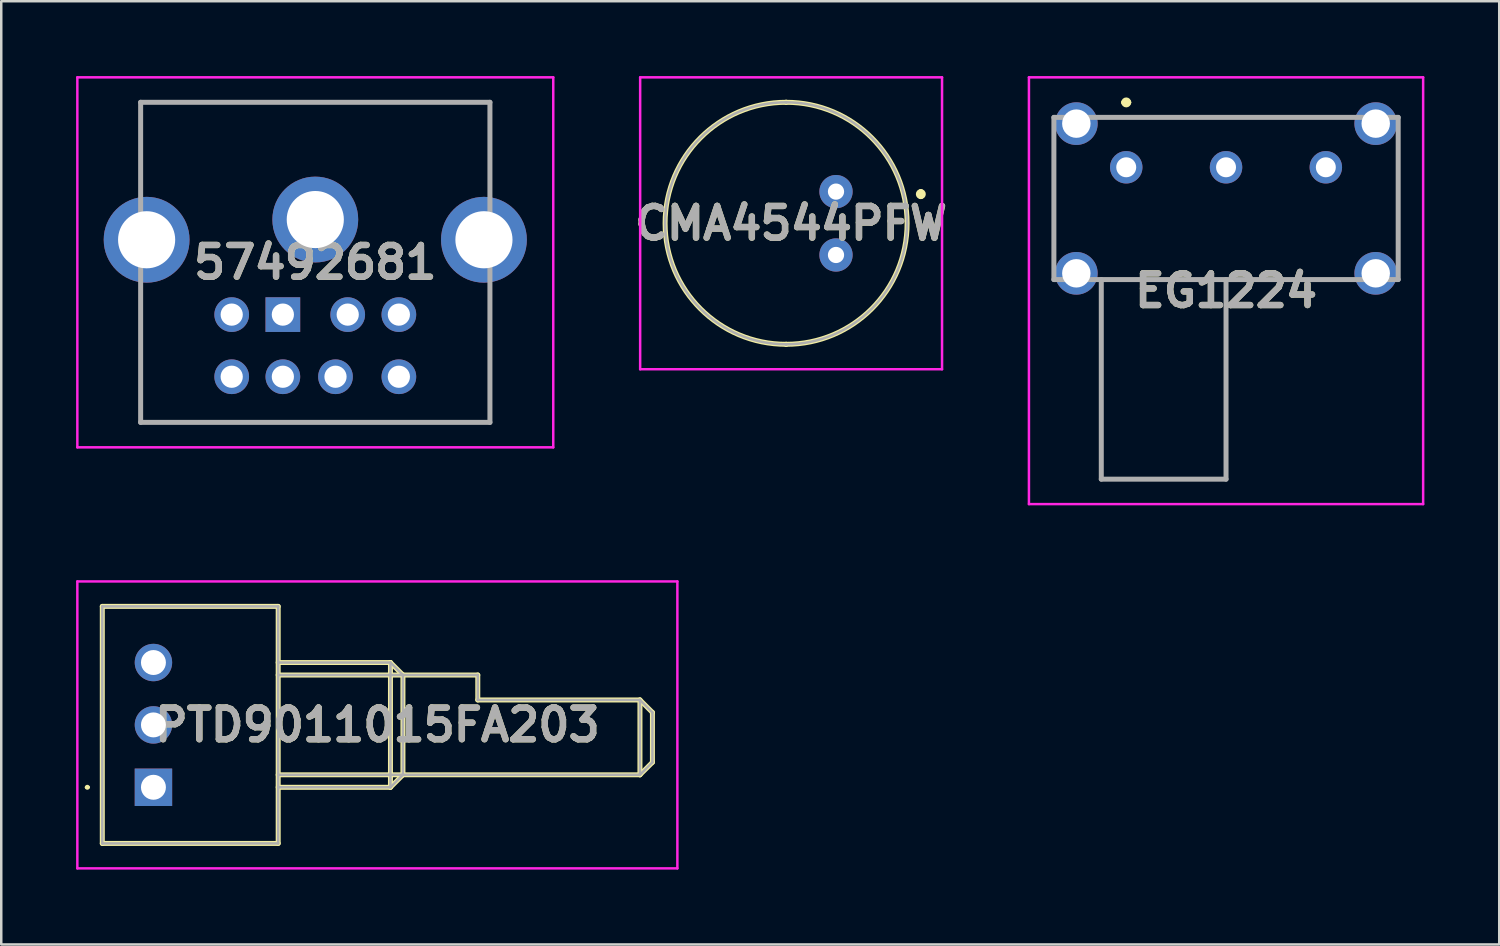
<source format=kicad_pcb>
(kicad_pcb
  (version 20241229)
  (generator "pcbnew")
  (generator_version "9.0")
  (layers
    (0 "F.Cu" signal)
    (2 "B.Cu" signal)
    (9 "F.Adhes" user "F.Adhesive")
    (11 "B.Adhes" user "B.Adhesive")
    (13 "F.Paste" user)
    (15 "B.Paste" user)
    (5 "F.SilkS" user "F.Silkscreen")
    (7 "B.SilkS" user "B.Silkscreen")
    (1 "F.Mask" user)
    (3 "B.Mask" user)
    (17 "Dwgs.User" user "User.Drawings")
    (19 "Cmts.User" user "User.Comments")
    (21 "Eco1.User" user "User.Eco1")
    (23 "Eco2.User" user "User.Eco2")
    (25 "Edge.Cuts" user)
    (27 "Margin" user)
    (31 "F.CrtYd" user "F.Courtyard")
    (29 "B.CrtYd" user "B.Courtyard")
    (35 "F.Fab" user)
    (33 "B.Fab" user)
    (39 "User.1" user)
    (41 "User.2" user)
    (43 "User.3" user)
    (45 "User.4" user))
  (footprint "PTD9011015FA203"
    (layer "F.Cu")
    (at 3.1 28.505)
    (property "Reference" "PTD9011015FA203" (at 8.975 -2.5 0) (layer "F.SilkS") (effects (font (size 1.27 1.27) (thickness 0.254))))
    (attr through_hole)
    (fp_line (start -2.7 0) (end -2.7 0) (stroke (width 0.1) (type solid)) (layer "F.SilkS"))
    (fp_line (start -2.6 0) (end -2.6 0) (stroke (width 0.1) (type solid)) (layer "F.SilkS"))
    (fp_line (start -2.05 -7.25) (end 5 -7.25) (stroke (width 0.2) (type solid)) (layer "F.SilkS"))
    (fp_line (start -2.05 2.25) (end -2.05 -7.25) (stroke (width 0.2) (type solid)) (layer "F.SilkS"))
    (fp_line (start 5 -7.25) (end 5 2.25) (stroke (width 0.2) (type solid)) (layer "F.SilkS"))
    (fp_line (start 5 -5) (end 9.5 -5) (stroke (width 0.2) (type solid)) (layer "F.SilkS"))
    (fp_line (start 5 -4.5) (end 13 -4.5) (stroke (width 0.2) (type solid)) (layer "F.SilkS"))
    (fp_line (start 5 2.25) (end -2.05 2.25) (stroke (width 0.2) (type solid)) (layer "F.SilkS"))
    (fp_line (start 9.5 -5) (end 9.5 0) (stroke (width 0.2) (type solid)) (layer "F.SilkS"))
    (fp_line (start 9.5 -5) (end 10 -4.5) (stroke (width 0.2) (type solid)) (layer "F.SilkS"))
    (fp_line (start 9.5 0) (end 5 0) (stroke (width 0.2) (type solid)) (layer "F.SilkS"))
    (fp_line (start 10 -4.5) (end 10 -0.5) (stroke (width 0.2) (type solid)) (layer "F.SilkS"))
    (fp_line (start 10 -0.5) (end 9.5 0) (stroke (width 0.2) (type solid)) (layer "F.SilkS"))
    (fp_line (start 13 -4.5) (end 13 -3.5) (stroke (width 0.2) (type solid)) (layer "F.SilkS"))
    (fp_line (start 13 -3.5) (end 19.5 -3.5) (stroke (width 0.2) (type solid)) (layer "F.SilkS"))
    (fp_line (start 19.5 -3.5) (end 19.5 -0.5) (stroke (width 0.2) (type solid)) (layer "F.SilkS"))
    (fp_line (start 19.5 -3.5) (end 20 -3) (stroke (width 0.2) (type solid)) (layer "F.SilkS"))
    (fp_line (start 19.5 -0.5) (end 5 -0.5) (stroke (width 0.2) (type solid)) (layer "F.SilkS"))
    (fp_line (start 20 -3) (end 20 -1) (stroke (width 0.2) (type solid)) (layer "F.SilkS"))
    (fp_line (start 20 -1) (end 19.5 -0.5) (stroke (width 0.2) (type solid)) (layer "F.SilkS"))
    (fp_arc (start -2.7 0) (mid -2.65 -0.05) (end -2.6 0) (stroke (width 0.1) (type solid)) (layer "F.SilkS"))
    (fp_arc (start -2.6 0) (mid -2.65 0.05) (end -2.7 0) (stroke (width 0.1) (type solid)) (layer "F.SilkS"))
    (fp_line (start -3.05 -8.25) (end 21 -8.25) (stroke (width 0.1) (type solid)) (layer "F.CrtYd"))
    (fp_line (start -3.05 3.25) (end -3.05 -8.25) (stroke (width 0.1) (type solid)) (layer "F.CrtYd"))
    (fp_line (start 21 -8.25) (end 21 3.25) (stroke (width 0.1) (type solid)) (layer "F.CrtYd"))
    (fp_line (start 21 3.25) (end -3.05 3.25) (stroke (width 0.1) (type solid)) (layer "F.CrtYd"))
    (fp_line (start -2.05 -7.25) (end 5 -7.25) (stroke (width 0.1) (type solid)) (layer "F.Fab"))
    (fp_line (start -2.05 2.25) (end -2.05 -7.25) (stroke (width 0.1) (type solid)) (layer "F.Fab"))
    (fp_line (start 5 -7.25) (end 5 2.25) (stroke (width 0.1) (type solid)) (layer "F.Fab"))
    (fp_line (start 5 -5) (end 9.5 -5) (stroke (width 0.1) (type solid)) (layer "F.Fab"))
    (fp_line (start 5 -4.5) (end 13 -4.5) (stroke (width 0.1) (type solid)) (layer "F.Fab"))
    (fp_line (start 5 2.25) (end -2.05 2.25) (stroke (width 0.1) (type solid)) (layer "F.Fab"))
    (fp_line (start 9.5 -5) (end 9.5 0) (stroke (width 0.1) (type solid)) (layer "F.Fab"))
    (fp_line (start 9.5 -5) (end 10 -4.5) (stroke (width 0.1) (type solid)) (layer "F.Fab"))
    (fp_line (start 9.5 0) (end 5 0) (stroke (width 0.1) (type solid)) (layer "F.Fab"))
    (fp_line (start 10 -4.5) (end 10 -0.5) (stroke (width 0.1) (type solid)) (layer "F.Fab"))
    (fp_line (start 10 -0.5) (end 9.5 0) (stroke (width 0.1) (type solid)) (layer "F.Fab"))
    (fp_line (start 13 -4.5) (end 13 -3.5) (stroke (width 0.1) (type solid)) (layer "F.Fab"))
    (fp_line (start 13 -3.5) (end 19.5 -3.5) (stroke (width 0.1) (type solid)) (layer "F.Fab"))
    (fp_line (start 19.5 -3.5) (end 19.5 -0.5) (stroke (width 0.1) (type solid)) (layer "F.Fab"))
    (fp_line (start 19.5 -3.5) (end 20 -3) (stroke (width 0.1) (type solid)) (layer "F.Fab"))
    (fp_line (start 19.5 -0.5) (end 5 -0.5) (stroke (width 0.1) (type solid)) (layer "F.Fab"))
    (fp_line (start 20 -3) (end 20 -1) (stroke (width 0.1) (type solid)) (layer "F.Fab"))
    (fp_line (start 20 -1) (end 19.5 -0.5) (stroke (width 0.1) (type solid)) (layer "F.Fab"))
    (fp_text user "${REFERENCE}" (at 8.975 -2.5 0) (layer "F.Fab") (effects (font (size 1.27 1.27) (thickness 0.254))))
    (pad "1" thru_hole rect (at 0 0) (size 1.5 1.5) (drill 1) (layers "*.Cu" "*.Mask"))
    (pad "2" thru_hole circle (at 0 -2.5) (size 1.5 1.5) (drill 1) (layers "*.Cu" "*.Mask"))
    (pad "3" thru_hole circle (at 0 -5) (size 1.5 1.5) (drill 1) (layers "*.Cu" "*.Mask")))
  (footprint "CMA4544PFW"
    (layer "F.Cu")
    (at 30.458 4.63)
    (property "Reference" "CMA4544PFW" (at -1.8 1.27 0) (layer "F.SilkS") (effects (font (size 1.27 1.27) (thickness 0.254))))
    (attr through_hole)
    (fp_line (start -2 -3.58) (end -2 -3.58) (stroke (width 0.2) (type solid)) (layer "F.SilkS"))
    (fp_line (start -2 6.12) (end -2 6.12) (stroke (width 0.2) (type solid)) (layer "F.SilkS"))
    (fp_line (start 3.4 0) (end 3.4 0) (stroke (width 0.2) (type solid)) (layer "F.SilkS"))
    (fp_line (start 3.4 0.2) (end 3.4 0.2) (stroke (width 0.2) (type solid)) (layer "F.SilkS"))
    (fp_arc (start -2 -3.58) (mid 2.85 1.27) (end -2 6.12) (stroke (width 0.2) (type solid)) (layer "F.SilkS"))
    (fp_arc (start -2 6.12) (mid -6.85 1.27) (end -2 -3.58) (stroke (width 0.2) (type solid)) (layer "F.SilkS"))
    (fp_arc (start 3.4 0) (mid 3.5 0.1) (end 3.4 0.2) (stroke (width 0.2) (type solid)) (layer "F.SilkS"))
    (fp_arc (start 3.4 0.2) (mid 3.3 0.1) (end 3.4 0) (stroke (width 0.2) (type solid)) (layer "F.SilkS"))
    (fp_line (start -7.85 -4.58) (end -7.85 7.12) (stroke (width 0.1) (type solid)) (layer "F.CrtYd"))
    (fp_line (start -7.85 7.12) (end 4.25 7.12) (stroke (width 0.1) (type solid)) (layer "F.CrtYd"))
    (fp_line (start 4.25 -4.58) (end -7.85 -4.58) (stroke (width 0.1) (type solid)) (layer "F.CrtYd"))
    (fp_line (start 4.25 7.12) (end 4.25 -4.58) (stroke (width 0.1) (type solid)) (layer "F.CrtYd"))
    (fp_line (start -2 -3.58) (end -2 -3.58) (stroke (width 0.1) (type solid)) (layer "F.Fab"))
    (fp_line (start -2 6.12) (end -2 6.12) (stroke (width 0.1) (type solid)) (layer "F.Fab"))
    (fp_arc (start -2 -3.58) (mid 2.85 1.27) (end -2 6.12) (stroke (width 0.1) (type solid)) (layer "F.Fab"))
    (fp_arc (start -2 6.12) (mid -6.85 1.27) (end -2 -3.58) (stroke (width 0.1) (type solid)) (layer "F.Fab"))
    (fp_text user "${REFERENCE}" (at -1.8 1.27 0) (layer "F.Fab") (effects (font (size 1.27 1.27) (thickness 0.254))))
    (pad "1" thru_hole circle (at 0 0) (size 1.333 1.333) (drill 0.65) (layers "*.Cu" "*.Mask"))
    (pad "2" thru_hole circle (at 0 2.54) (size 1.333 1.333) (drill 0.65) (layers "*.Cu" "*.Mask")))
  (footprint "EG1224"
    (layer "F.Cu")
    (at 42.091 3.655)
    (property "Reference" "EG1224" (at 4 4.947 0) (layer "F.SilkS") (effects (font (size 1.27 1.27) (thickness 0.254))))
    (attr through_hole)
    (fp_line (start -2.9 -0.75) (end -2.9 3.25) (stroke (width 0.1) (type solid)) (layer "F.SilkS"))
    (fp_line (start -0.1 -2.6) (end -0.1 -2.6) (stroke (width 0.2) (type solid)) (layer "F.SilkS"))
    (fp_line (start 0 -2) (end 8 -2) (stroke (width 0.1) (type solid)) (layer "F.SilkS"))
    (fp_line (start 0 4.5) (end 8 4.5) (stroke (width 0.1) (type solid)) (layer "F.SilkS"))
    (fp_line (start 0.1 -2.6) (end 0.1 -2.6) (stroke (width 0.2) (type solid)) (layer "F.SilkS"))
    (fp_line (start 10.9 3.25) (end 10.9 -0.75) (stroke (width 0.1) (type solid)) (layer "F.SilkS"))
    (fp_arc (start -0.1 -2.6) (mid 0 -2.7) (end 0.1 -2.6) (stroke (width 0.2) (type solid)) (layer "F.SilkS"))
    (fp_arc (start 0.1 -2.6) (mid 0 -2.5) (end -0.1 -2.6) (stroke (width 0.2) (type solid)) (layer "F.SilkS"))
    (fp_line (start -3.9 -3.605) (end 11.9 -3.605) (stroke (width 0.1) (type solid)) (layer "F.CrtYd"))
    (fp_line (start -3.9 13.5) (end -3.9 -3.605) (stroke (width 0.1) (type solid)) (layer "F.CrtYd"))
    (fp_line (start 11.9 -3.605) (end 11.9 13.5) (stroke (width 0.1) (type solid)) (layer "F.CrtYd"))
    (fp_line (start 11.9 13.5) (end -3.9 13.5) (stroke (width 0.1) (type solid)) (layer "F.CrtYd"))
    (fp_line (start -2.9 -2) (end 10.9 -2) (stroke (width 0.2) (type solid)) (layer "F.Fab"))
    (fp_line (start -2.9 4.5) (end -2.9 -2) (stroke (width 0.2) (type solid)) (layer "F.Fab"))
    (fp_line (start -1 12.5) (end -1 4.5) (stroke (width 0.2) (type solid)) (layer "F.Fab"))
    (fp_line (start 4 4.5) (end 4 12.5) (stroke (width 0.2) (type solid)) (layer "F.Fab"))
    (fp_line (start 4 12.5) (end -1 12.5) (stroke (width 0.2) (type solid)) (layer "F.Fab"))
    (fp_line (start 10.9 -2) (end 10.9 4.5) (stroke (width 0.2) (type solid)) (layer "F.Fab"))
    (fp_line (start 10.9 4.5) (end -2.9 4.5) (stroke (width 0.2) (type solid)) (layer "F.Fab"))
    (fp_text user "${REFERENCE}" (at 4 4.947 0) (layer "F.Fab") (effects (font (size 1.27 1.27) (thickness 0.254))))
    (pad "1" thru_hole circle (at 0 0) (size 1.3 1.3) (drill 0.8) (layers "*.Cu" "*.Mask"))
    (pad "2" thru_hole circle (at 4 0) (size 1.3 1.3) (drill 0.8) (layers "*.Cu" "*.Mask"))
    (pad "3" thru_hole circle (at 8 0) (size 1.3 1.3) (drill 0.8) (layers "*.Cu" "*.Mask"))
    (pad "MH1" thru_hole circle (at -2 4.25) (size 1.71 1.71) (drill 1.14) (layers "*.Cu" "*.Mask"))
    (pad "MH2" thru_hole circle (at -2 -1.75) (size 1.71 1.71) (drill 1.14) (layers "*.Cu" "*.Mask"))
    (pad "MH3" thru_hole circle (at 10 -1.75) (size 1.71 1.71) (drill 1.14) (layers "*.Cu" "*.Mask"))
    (pad "MH4" thru_hole circle (at 10 4.25) (size 1.71 1.71) (drill 1.14) (layers "*.Cu" "*.Mask")))
  (footprint "57492681"
    (layer "F.Cu")
    (at 8.287 9.56)
    (property "Reference" "57492681" (at 1.3 -2.095 0) (layer "F.SilkS") (effects (font (size 1.27 1.27) (thickness 0.254))))
    (attr through_hole)
    (fp_line (start -5.7 -8.51) (end -5.7 -5.51) (stroke (width 0.1) (type solid)) (layer "F.SilkS"))
    (fp_line (start -5.7 4.32) (end -5.7 -0.51) (stroke (width 0.1) (type solid)) (layer "F.SilkS"))
    (fp_line (start 8.3 -8.51) (end -5.7 -8.51) (stroke (width 0.1) (type solid)) (layer "F.SilkS"))
    (fp_line (start 8.3 -5.51) (end 8.3 -8.51) (stroke (width 0.1) (type solid)) (layer "F.SilkS"))
    (fp_line (start 8.3 -0.51) (end 8.3 4.32) (stroke (width 0.1) (type solid)) (layer "F.SilkS"))
    (fp_line (start 8.3 4.32) (end -5.7 4.32) (stroke (width 0.1) (type solid)) (layer "F.SilkS"))
    (fp_line (start -8.237 -9.51) (end -8.237 5.32) (stroke (width 0.1) (type solid)) (layer "F.CrtYd"))
    (fp_line (start -8.237 5.32) (end 10.838 5.32) (stroke (width 0.1) (type solid)) (layer "F.CrtYd"))
    (fp_line (start 10.838 -9.51) (end -8.237 -9.51) (stroke (width 0.1) (type solid)) (layer "F.CrtYd"))
    (fp_line (start 10.838 5.32) (end 10.838 -9.51) (stroke (width 0.1) (type solid)) (layer "F.CrtYd"))
    (fp_line (start -5.7 -8.51) (end -5.7 4.32) (stroke (width 0.2) (type solid)) (layer "F.Fab"))
    (fp_line (start -5.7 4.32) (end 8.3 4.32) (stroke (width 0.2) (type solid)) (layer "F.Fab"))
    (fp_line (start 8.3 -8.51) (end -5.7 -8.51) (stroke (width 0.2) (type solid)) (layer "F.Fab"))
    (fp_line (start 8.3 4.32) (end 8.3 -8.51) (stroke (width 0.2) (type solid)) (layer "F.Fab"))
    (fp_text user "${REFERENCE}" (at 1.3 -2.095 0) (layer "F.Fab") (effects (font (size 1.27 1.27) (thickness 0.254))))
    (pad "1" thru_hole rect (at 0 0) (size 1.39 1.39) (drill 0.89) (layers "*.Cu" "*.Mask"))
    (pad "2" thru_hole circle (at 2.6 0) (size 1.39 1.39) (drill 0.89) (layers "*.Cu" "*.Mask"))
    (pad "3" thru_hole circle (at -2.05 0) (size 1.39 1.39) (drill 0.89) (layers "*.Cu" "*.Mask"))
    (pad "4" thru_hole circle (at 0 2.49) (size 1.39 1.39) (drill 0.89) (layers "*.Cu" "*.Mask"))
    (pad "5" thru_hole circle (at 4.65 0) (size 1.39 1.39) (drill 0.89) (layers "*.Cu" "*.Mask"))
    (pad "6" thru_hole circle (at -2.05 2.49) (size 1.39 1.39) (drill 0.89) (layers "*.Cu" "*.Mask"))
    (pad "7" thru_hole circle (at 2.11 2.49) (size 1.39 1.39) (drill 0.89) (layers "*.Cu" "*.Mask"))
    (pad "8" thru_hole circle (at 4.65 2.49) (size 1.39 1.39) (drill 0.89) (layers "*.Cu" "*.Mask"))
    (pad "MH1" thru_hole circle (at 8.06 -3) (size 3.44 3.44) (drill 2.29) (layers "*.Cu" "*.Mask"))
    (pad "MH2" thru_hole circle (at 1.3 -3.81) (size 3.44 3.44) (drill 2.29) (layers "*.Cu" "*.Mask"))
    (pad "MH3" thru_hole circle (at -5.46 -3) (size 3.44 3.44) (drill 2.29) (layers "*.Cu" "*.Mask")))
  (gr_rect
    (start -3 -3)
    (end 57.041 34.805)
    (stroke (width 0.1) (type default))
    (fill no)
    (layer "Edge.Cuts")))
</source>
